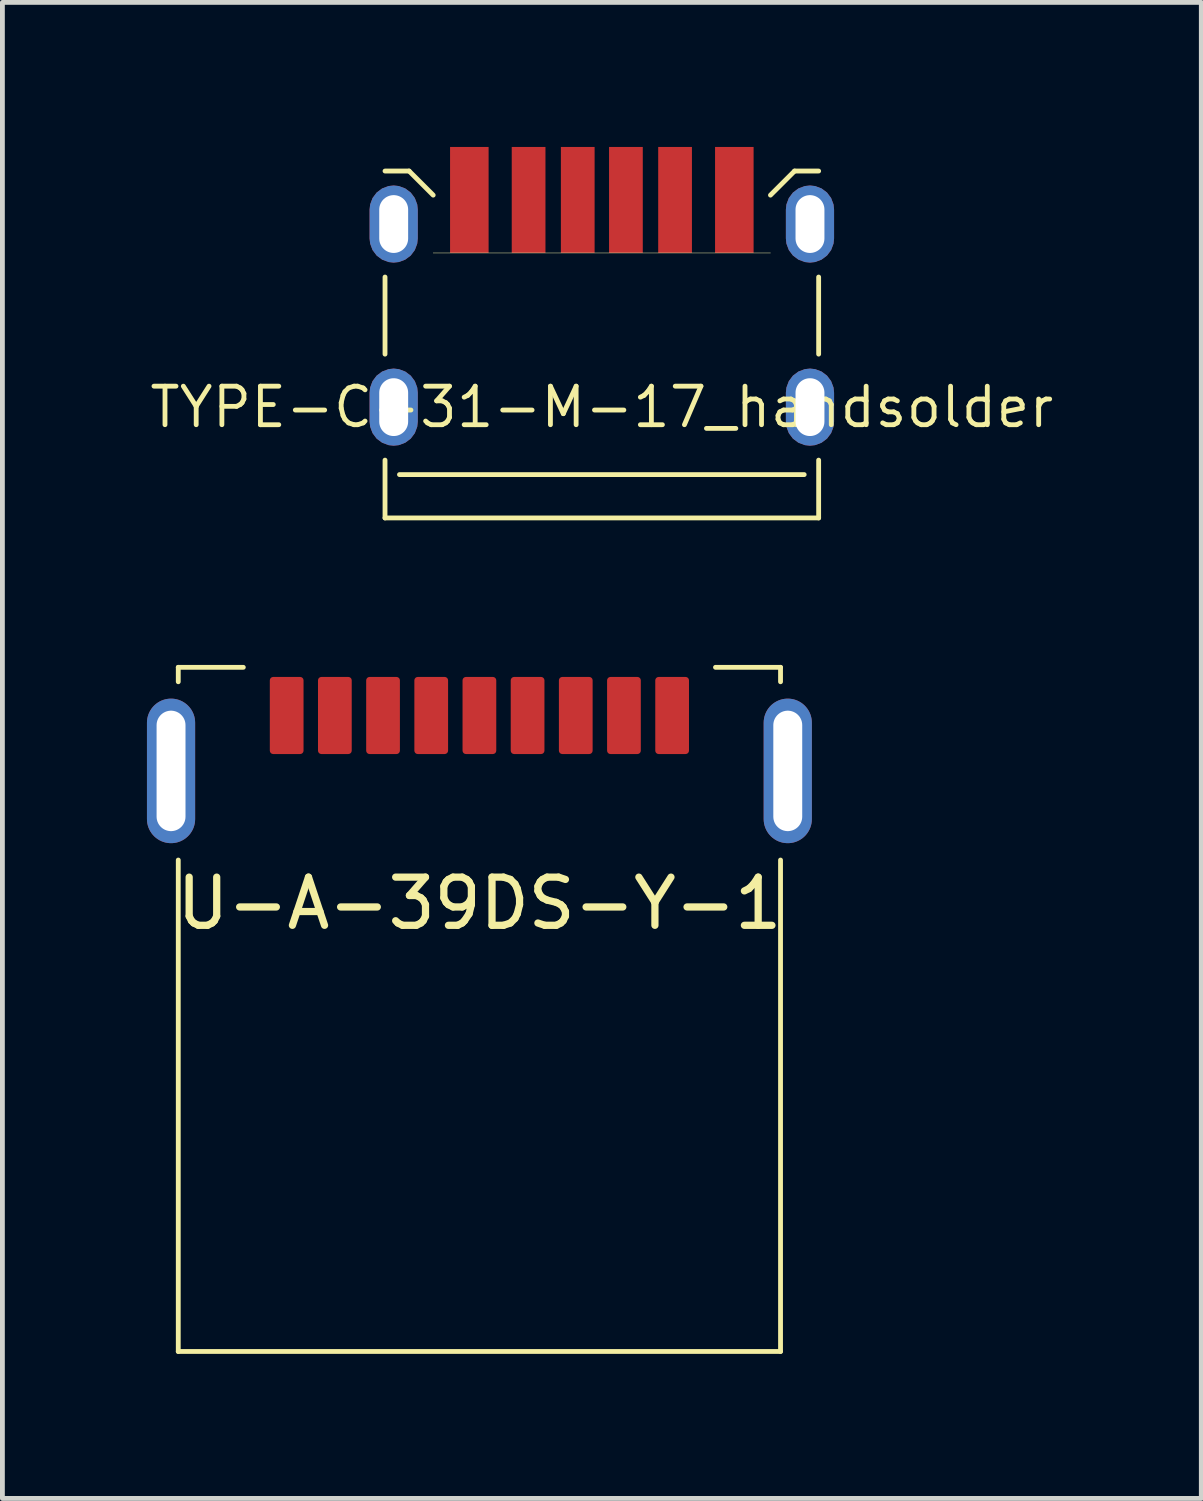
<source format=kicad_pcb>
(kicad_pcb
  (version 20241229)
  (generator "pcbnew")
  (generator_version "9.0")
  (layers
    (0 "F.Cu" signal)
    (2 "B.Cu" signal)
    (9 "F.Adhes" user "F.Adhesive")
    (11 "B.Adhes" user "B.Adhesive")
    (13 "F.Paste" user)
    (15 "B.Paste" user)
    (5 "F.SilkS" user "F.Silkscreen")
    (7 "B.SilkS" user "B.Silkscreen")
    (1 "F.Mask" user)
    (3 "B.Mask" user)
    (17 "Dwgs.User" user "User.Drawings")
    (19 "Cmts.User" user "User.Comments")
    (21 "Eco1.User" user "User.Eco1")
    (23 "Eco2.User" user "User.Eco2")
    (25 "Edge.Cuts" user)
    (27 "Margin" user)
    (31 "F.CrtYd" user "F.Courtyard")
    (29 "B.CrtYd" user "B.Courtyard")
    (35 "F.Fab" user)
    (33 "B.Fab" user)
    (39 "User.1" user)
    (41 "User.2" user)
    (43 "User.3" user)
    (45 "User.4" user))
  (footprint "U-A-39DS-Y-1"
    (layer "F.Cu")
    (at 6.9 11.8)
    (property "Reference" "U-A-39DS-Y-1" (at 0 3.9 0) (unlocked yes) (layer "F.SilkS") (effects (font (size 1 1) (thickness 0.15))))
    (attr smd)
    (fp_line (start -6.25 -1) (end -6.25 -0.7) (stroke (width 0.1) (type solid)) (layer "F.SilkS"))
    (fp_line (start -6.25 -1) (end -4.9 -1) (stroke (width 0.1) (type solid)) (layer "F.SilkS"))
    (fp_line (start -6.25 3) (end -6.25 13.2) (stroke (width 0.1) (type solid)) (layer "F.SilkS"))
    (fp_line (start 6.25 -1) (end 4.9 -1) (stroke (width 0.1) (type solid)) (layer "F.SilkS"))
    (fp_line (start 6.25 -1) (end 6.25 -0.7) (stroke (width 0.1) (type solid)) (layer "F.SilkS"))
    (fp_line (start 6.25 3) (end 6.25 13.2) (stroke (width 0.1) (type solid)) (layer "F.SilkS"))
    (fp_line (start 6.25 13.2) (end -6.25 13.2) (stroke (width 0.1) (type solid)) (layer "F.SilkS"))
    (pad "1" smd roundrect (at -3 0) (size 0.7 1.6) (layers "F.Cu" "F.Mask" "F.Paste") (roundrect_rratio 0.1))
    (pad "2" smd roundrect (at -1 0) (size 0.7 1.6) (layers "F.Cu" "F.Mask" "F.Paste") (roundrect_rratio 0.1))
    (pad "3" smd roundrect (at 1 0) (size 0.7 1.6) (layers "F.Cu" "F.Mask" "F.Paste") (roundrect_rratio 0.1))
    (pad "4" smd roundrect (at 3 0) (size 0.7 1.6) (layers "F.Cu" "F.Mask" "F.Paste") (roundrect_rratio 0.1))
    (pad "5" smd roundrect (at 4 0) (size 0.7 1.6) (layers "F.Cu" "F.Mask" "F.Paste") (roundrect_rratio 0.1))
    (pad "6" smd roundrect (at 2 0) (size 0.7 1.6) (layers "F.Cu" "F.Mask" "F.Paste") (roundrect_rratio 0.1))
    (pad "7" smd roundrect (at 0 0) (size 0.7 1.6) (layers "F.Cu" "F.Mask" "F.Paste") (roundrect_rratio 0.1))
    (pad "8" smd roundrect (at -2 0) (size 0.7 1.6) (layers "F.Cu" "F.Mask" "F.Paste") (roundrect_rratio 0.1))
    (pad "9" smd roundrect (at -4 0) (size 0.7 1.6) (layers "F.Cu" "F.Mask" "F.Paste") (roundrect_rratio 0.1))
    (pad "10" thru_hole oval (at -6.4 1.15) (size 1 3) (drill oval 0.6 2.5) (layers "*.Cu" "*.Mask"))
    (pad "10" thru_hole oval (at 6.4 1.15) (size 1 3) (drill oval 0.6 2.5) (layers "*.Cu" "*.Mask")))
  (footprint "TYPE-C-31-M-17_handsolder"
    (layer "F.Cu")
    (at 9.441 5.4)
    (property "Reference" "TYPE-C-31-M-17_handsolder" (at 0 0 0) (layer "F.SilkS") (effects (font (size 0.8 0.8) (thickness 0.1))))
    (attr smd)
    (fp_line (start -4.5 -4.9) (end -4 -4.9) (stroke (width 0.1) (type solid)) (layer "F.SilkS"))
    (fp_line (start -4.5 -2.7) (end -4.5 -1.1) (stroke (width 0.1) (type solid)) (layer "F.SilkS"))
    (fp_line (start -4.5 1.1) (end -4.5 2.3) (stroke (width 0.1) (type solid)) (layer "F.SilkS"))
    (fp_line (start -4 -4.9) (end -3.5 -4.4) (stroke (width 0.1) (type solid)) (layer "F.SilkS"))
    (fp_line (start -3.5 -3.2) (end 3.5 -3.2) (stroke (width 0.01) (type solid)) (layer "F.SilkS"))
    (fp_line (start 3.5 -4.4) (end 4 -4.9) (stroke (width 0.1) (type solid)) (layer "F.SilkS"))
    (fp_line (start 4 -4.9) (end 4.5 -4.9) (stroke (width 0.1) (type solid)) (layer "F.SilkS"))
    (fp_line (start 4.2 1.4) (end -4.2 1.4) (stroke (width 0.1) (type solid)) (layer "F.SilkS"))
    (fp_line (start 4.5 -2.7) (end 4.5 -1.1) (stroke (width 0.1) (type solid)) (layer "F.SilkS"))
    (fp_line (start 4.5 1.1) (end 4.5 2.3) (stroke (width 0.1) (type solid)) (layer "F.SilkS"))
    (fp_line (start 4.5 2.3) (end -4.5 2.3) (stroke (width 0.1) (type solid)) (layer "F.SilkS"))
    (pad "1" thru_hole roundrect (at -4.32 -3.8) (size 1 1.6) (drill oval 0.6 1.2) (layers "*.Cu" "*.Mask") (roundrect_rratio 0.5))
    (pad "1" thru_hole roundrect (at -4.32 0) (size 1 1.6) (drill oval 0.6 1.2) (layers "*.Cu" "*.Mask") (roundrect_rratio 0.5))
    (pad "1" thru_hole roundrect (at 4.32 -3.8) (size 1 1.6) (drill oval 0.6 1.2) (layers "*.Cu" "*.Mask") (roundrect_rratio 0.5))
    (pad "1" thru_hole roundrect (at 4.32 0) (size 1 1.6) (drill oval 0.6 1.2) (layers "*.Cu" "*.Mask") (roundrect_rratio 0.5))
    (pad "A5" smd rect (at -0.5 -4.3) (size 0.7 2.2) (layers "F.Cu" "F.Mask" "F.Paste"))
    (pad "A9" smd rect (at 1.52 -4.3) (size 0.7 2.2) (layers "F.Cu" "F.Mask" "F.Paste"))
    (pad "A12" smd rect (at 2.75 -4.3) (size 0.8 2.2) (layers "F.Cu" "F.Mask" "F.Paste"))
    (pad "B5" smd rect (at 0.5 -4.3) (size 0.7 2.2) (layers "F.Cu" "F.Mask" "F.Paste"))
    (pad "B9" smd rect (at -1.52 -4.3) (size 0.7 2.2) (layers "F.Cu" "F.Mask" "F.Paste"))
    (pad "B12" smd rect (at -2.75 -4.3) (size 0.8 2.2) (layers "F.Cu" "F.Mask" "F.Paste")))
  (gr_rect
    (start -3 -3)
    (end 21.883 28.05)
    (stroke (width 0.1) (type default))
    (fill no)
    (layer "Edge.Cuts")))
</source>
